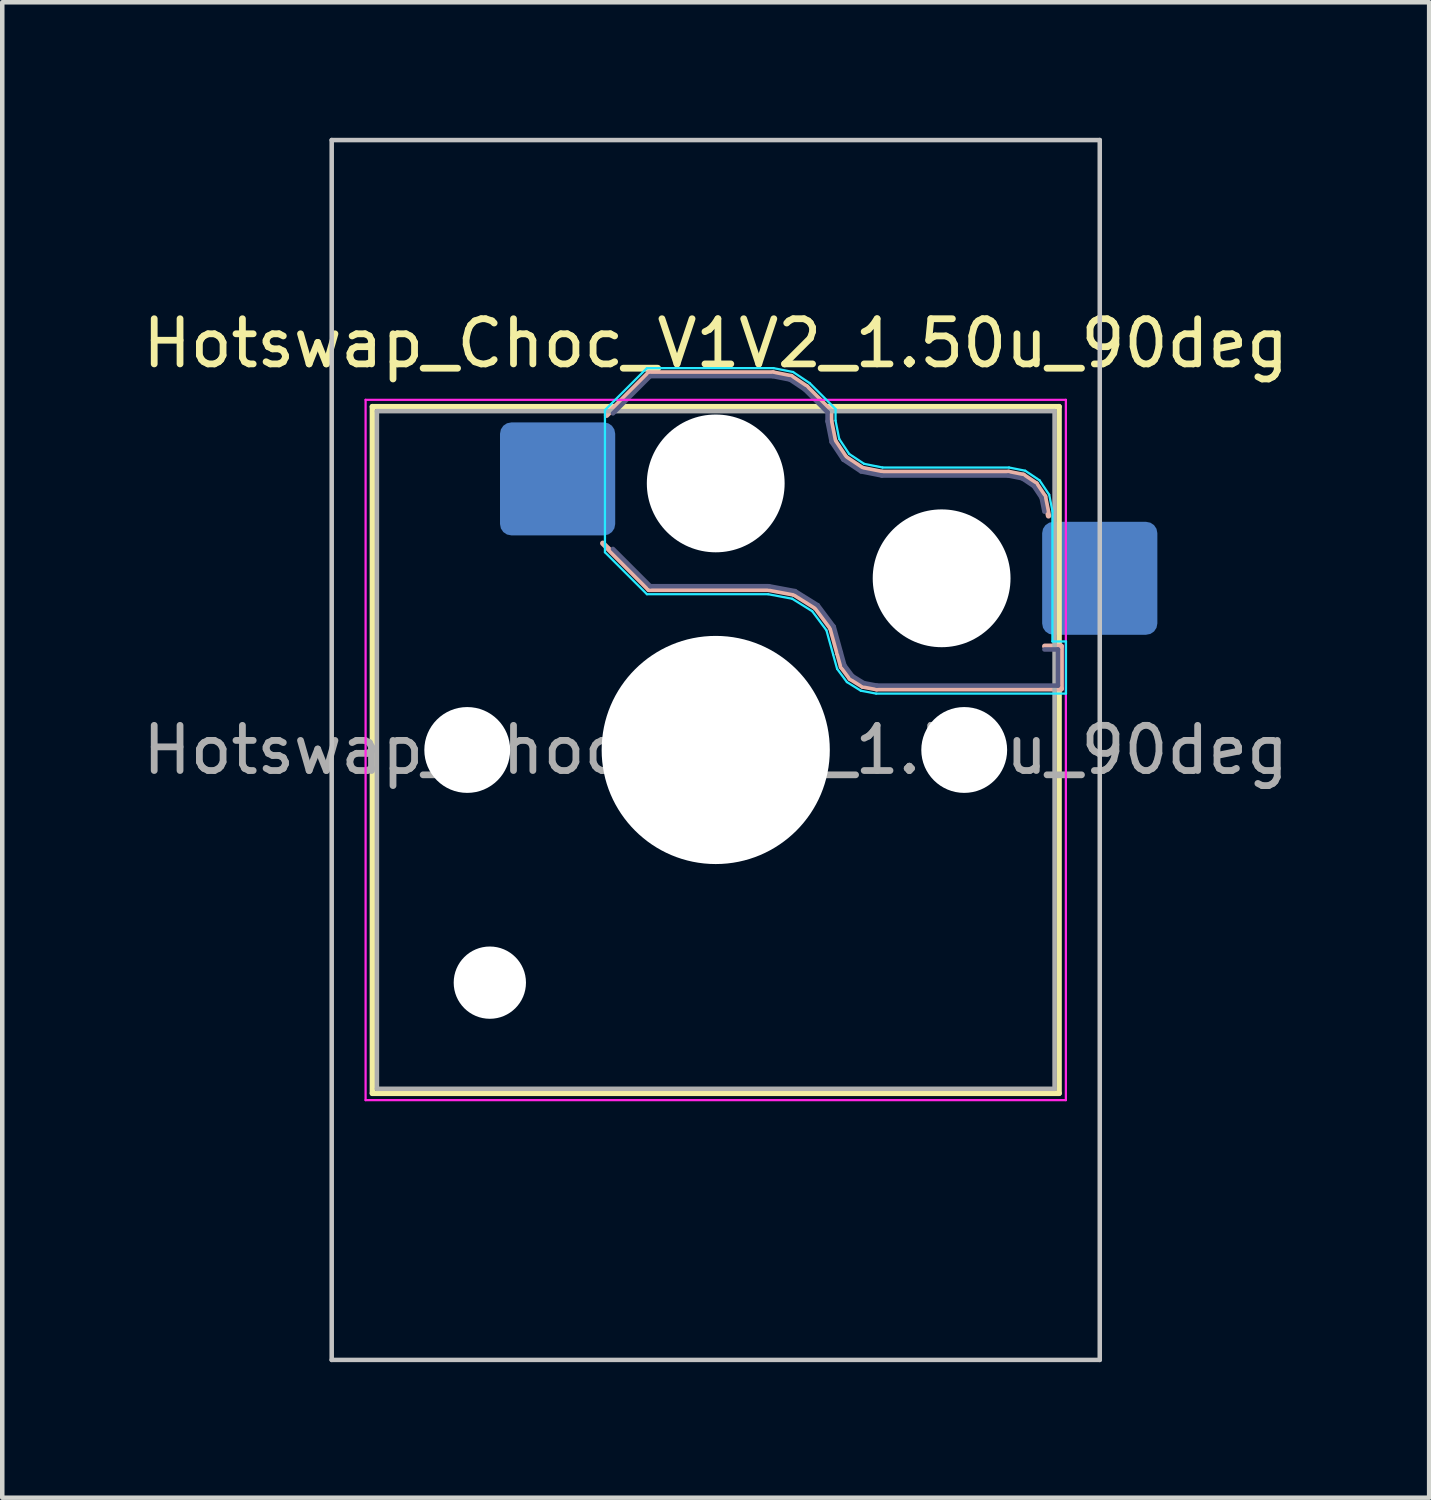
<source format=kicad_pcb>
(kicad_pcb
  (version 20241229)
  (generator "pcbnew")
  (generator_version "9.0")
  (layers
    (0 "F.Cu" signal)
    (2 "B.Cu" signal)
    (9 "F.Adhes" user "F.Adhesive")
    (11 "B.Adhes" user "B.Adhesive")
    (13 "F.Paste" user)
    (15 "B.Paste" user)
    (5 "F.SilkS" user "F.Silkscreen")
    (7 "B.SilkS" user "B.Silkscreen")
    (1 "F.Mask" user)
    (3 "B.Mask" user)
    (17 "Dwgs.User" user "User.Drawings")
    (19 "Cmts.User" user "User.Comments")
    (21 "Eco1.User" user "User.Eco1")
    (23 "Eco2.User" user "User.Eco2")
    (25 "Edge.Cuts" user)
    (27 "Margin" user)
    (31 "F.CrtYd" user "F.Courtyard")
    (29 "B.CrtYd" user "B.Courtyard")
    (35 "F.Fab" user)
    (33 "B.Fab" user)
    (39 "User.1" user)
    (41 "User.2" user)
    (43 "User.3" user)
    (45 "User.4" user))
  (footprint "Hotswap_Choc_V1V2_1.50u_90deg"
    (layer "F.Cu")
    (at 12.792 13.55)
    (property "Reference" "Hotswap_Choc_V1V2_1.50u_90deg" (at 0 -9 0) (layer "F.SilkS") (effects (font (size 1 1) (thickness 0.15))))
    (attr smd)
    (fp_line (start -7.6 -7.6) (end -7.6 7.6) (stroke (width 0.12) (type solid)) (layer "F.SilkS"))
    (fp_line (start -7.6 7.6) (end 7.6 7.6) (stroke (width 0.12) (type solid)) (layer "F.SilkS"))
    (fp_line (start 7.6 -7.6) (end -7.6 -7.6) (stroke (width 0.12) (type solid)) (layer "F.SilkS"))
    (fp_line (start 7.6 7.6) (end 7.6 -7.6) (stroke (width 0.12) (type solid)) (layer "F.SilkS"))
    (fp_line (start -2.416 -7.409) (end -1.479 -8.346) (stroke (width 0.12) (type solid)) (layer "B.SilkS"))
    (fp_line (start -1.479 -8.346) (end 1.268 -8.346) (stroke (width 0.12) (type solid)) (layer "B.SilkS"))
    (fp_line (start -1.479 -3.554) (end -2.5 -4.575) (stroke (width 0.12) (type solid)) (layer "B.SilkS"))
    (fp_line (start 1.168 -3.554) (end -1.479 -3.554) (stroke (width 0.12) (type solid)) (layer "B.SilkS"))
    (fp_line (start 1.268 -8.346) (end 1.671 -8.266) (stroke (width 0.12) (type solid)) (layer "B.SilkS"))
    (fp_line (start 1.671 -8.266) (end 2.013 -8.037) (stroke (width 0.12) (type solid)) (layer "B.SilkS"))
    (fp_line (start 1.73 -3.449) (end 1.168 -3.554) (stroke (width 0.12) (type solid)) (layer "B.SilkS"))
    (fp_line (start 2.013 -8.037) (end 2.546 -7.504) (stroke (width 0.12) (type solid)) (layer "B.SilkS"))
    (fp_line (start 2.209 -3.15) (end 1.73 -3.449) (stroke (width 0.12) (type solid)) (layer "B.SilkS"))
    (fp_line (start 2.546 -7.504) (end 2.546 -7.282) (stroke (width 0.12) (type solid)) (layer "B.SilkS"))
    (fp_line (start 2.546 -7.282) (end 2.633 -6.844) (stroke (width 0.12) (type solid)) (layer "B.SilkS"))
    (fp_line (start 2.547 -2.697) (end 2.209 -3.15) (stroke (width 0.12) (type solid)) (layer "B.SilkS"))
    (fp_line (start 2.633 -6.844) (end 2.877 -6.477) (stroke (width 0.12) (type solid)) (layer "B.SilkS"))
    (fp_line (start 2.701 -2.139) (end 2.547 -2.697) (stroke (width 0.12) (type solid)) (layer "B.SilkS"))
    (fp_line (start 2.783 -1.841) (end 2.701 -2.139) (stroke (width 0.12) (type solid)) (layer "B.SilkS"))
    (fp_line (start 2.877 -6.477) (end 3.244 -6.233) (stroke (width 0.12) (type solid)) (layer "B.SilkS"))
    (fp_line (start 2.976 -1.583) (end 2.783 -1.841) (stroke (width 0.12) (type solid)) (layer "B.SilkS"))
    (fp_line (start 3.244 -6.233) (end 3.682 -6.146) (stroke (width 0.12) (type solid)) (layer "B.SilkS"))
    (fp_line (start 3.25 -1.413) (end 2.976 -1.583) (stroke (width 0.12) (type solid)) (layer "B.SilkS"))
    (fp_line (start 3.56 -1.354) (end 3.25 -1.413) (stroke (width 0.12) (type solid)) (layer "B.SilkS"))
    (fp_line (start 3.682 -6.146) (end 6.482 -6.146) (stroke (width 0.12) (type solid)) (layer "B.SilkS"))
    (fp_line (start 6.482 -6.146) (end 6.809 -6.081) (stroke (width 0.12) (type solid)) (layer "B.SilkS"))
    (fp_line (start 6.809 -6.081) (end 7.092 -5.892) (stroke (width 0.12) (type solid)) (layer "B.SilkS"))
    (fp_line (start 7.092 -5.892) (end 7.281 -5.609) (stroke (width 0.12) (type solid)) (layer "B.SilkS"))
    (fp_line (start 7.281 -5.609) (end 7.366 -5.182) (stroke (width 0.12) (type solid)) (layer "B.SilkS"))
    (fp_line (start 7.283 -2.296) (end 7.646 -2.296) (stroke (width 0.12) (type solid)) (layer "B.SilkS"))
    (fp_line (start 7.646 -2.296) (end 7.646 -1.354) (stroke (width 0.12) (type solid)) (layer "B.SilkS"))
    (fp_line (start 7.646 -1.354) (end 3.56 -1.354) (stroke (width 0.12) (type solid)) (layer "B.SilkS"))
    (fp_line (start -8.5 -13.5) (end 8.5 -13.5) (stroke (width 0.1) (type solid)) (layer "Dwgs.User"))
    (fp_line (start -8.5 13.5) (end -8.5 -13.5) (stroke (width 0.1) (type solid)) (layer "Dwgs.User"))
    (fp_line (start 8.5 -13.5) (end 8.5 13.5) (stroke (width 0.1) (type solid)) (layer "Dwgs.User"))
    (fp_line (start 8.5 13.5) (end -8.5 13.5) (stroke (width 0.1) (type solid)) (layer "Dwgs.User"))
    (fp_line (start -7.25 -7.25) (end -7.25 7.25) (stroke (width 0.1) (type solid)) (layer "Eco1.User"))
    (fp_line (start -7.25 7.25) (end 7.25 7.25) (stroke (width 0.1) (type solid)) (layer "Eco1.User"))
    (fp_line (start 7.25 -7.25) (end -7.25 -7.25) (stroke (width 0.1) (type solid)) (layer "Eco1.User"))
    (fp_line (start 7.25 7.25) (end 7.25 -7.25) (stroke (width 0.1) (type solid)) (layer "Eco1.User"))
    (fp_line (start -2.452 -7.523) (end -1.523 -8.452) (stroke (width 0.05) (type solid)) (layer "B.CrtYd"))
    (fp_line (start -2.452 -4.377) (end -2.452 -7.523) (stroke (width 0.05) (type solid)) (layer "B.CrtYd"))
    (fp_line (start -1.523 -8.452) (end 1.278 -8.452) (stroke (width 0.05) (type solid)) (layer "B.CrtYd"))
    (fp_line (start -1.523 -3.448) (end -2.452 -4.377) (stroke (width 0.05) (type solid)) (layer "B.CrtYd"))
    (fp_line (start 1.159 -3.448) (end -1.523 -3.448) (stroke (width 0.05) (type solid)) (layer "B.CrtYd"))
    (fp_line (start 1.278 -8.452) (end 1.712 -8.366) (stroke (width 0.05) (type solid)) (layer "B.CrtYd"))
    (fp_line (start 1.691 -3.348) (end 1.159 -3.448) (stroke (width 0.05) (type solid)) (layer "B.CrtYd"))
    (fp_line (start 1.712 -8.366) (end 2.081 -8.119) (stroke (width 0.05) (type solid)) (layer "B.CrtYd"))
    (fp_line (start 2.081 -8.119) (end 2.652 -7.548) (stroke (width 0.05) (type solid)) (layer "B.CrtYd"))
    (fp_line (start 2.136 -3.071) (end 1.691 -3.348) (stroke (width 0.05) (type solid)) (layer "B.CrtYd"))
    (fp_line (start 2.45 -2.65) (end 2.136 -3.071) (stroke (width 0.05) (type solid)) (layer "B.CrtYd"))
    (fp_line (start 2.599 -2.111) (end 2.45 -2.65) (stroke (width 0.05) (type solid)) (layer "B.CrtYd"))
    (fp_line (start 2.652 -7.548) (end 2.652 -7.292) (stroke (width 0.05) (type solid)) (layer "B.CrtYd"))
    (fp_line (start 2.652 -7.292) (end 2.733 -6.885) (stroke (width 0.05) (type solid)) (layer "B.CrtYd"))
    (fp_line (start 2.687 -1.794) (end 2.599 -2.111) (stroke (width 0.05) (type solid)) (layer "B.CrtYd"))
    (fp_line (start 2.733 -6.885) (end 2.953 -6.553) (stroke (width 0.05) (type solid)) (layer "B.CrtYd"))
    (fp_line (start 2.903 -1.503) (end 2.687 -1.794) (stroke (width 0.05) (type solid)) (layer "B.CrtYd"))
    (fp_line (start 2.953 -6.553) (end 3.285 -6.333) (stroke (width 0.05) (type solid)) (layer "B.CrtYd"))
    (fp_line (start 3.211 -1.312) (end 2.903 -1.503) (stroke (width 0.05) (type solid)) (layer "B.CrtYd"))
    (fp_line (start 3.285 -6.333) (end 3.692 -6.252) (stroke (width 0.05) (type solid)) (layer "B.CrtYd"))
    (fp_line (start 3.55 -1.248) (end 3.211 -1.312) (stroke (width 0.05) (type solid)) (layer "B.CrtYd"))
    (fp_line (start 3.692 -6.252) (end 6.492 -6.252) (stroke (width 0.05) (type solid)) (layer "B.CrtYd"))
    (fp_line (start 6.492 -6.252) (end 6.85 -6.181) (stroke (width 0.05) (type solid)) (layer "B.CrtYd"))
    (fp_line (start 6.85 -6.181) (end 7.168 -5.968) (stroke (width 0.05) (type solid)) (layer "B.CrtYd"))
    (fp_line (start 7.168 -5.968) (end 7.381 -5.65) (stroke (width 0.05) (type solid)) (layer "B.CrtYd"))
    (fp_line (start 7.381 -5.65) (end 7.452 -5.292) (stroke (width 0.05) (type solid)) (layer "B.CrtYd"))
    (fp_line (start 7.452 -5.292) (end 7.452 -2.402) (stroke (width 0.05) (type solid)) (layer "B.CrtYd"))
    (fp_line (start 7.452 -2.402) (end 7.752 -2.402) (stroke (width 0.05) (type solid)) (layer "B.CrtYd"))
    (fp_line (start 7.752 -2.402) (end 7.752 -1.248) (stroke (width 0.05) (type solid)) (layer "B.CrtYd"))
    (fp_line (start 7.752 -1.248) (end 3.55 -1.248) (stroke (width 0.05) (type solid)) (layer "B.CrtYd"))
    (fp_line (start -7.75 -7.75) (end -7.75 7.75) (stroke (width 0.05) (type solid)) (layer "F.CrtYd"))
    (fp_line (start -7.75 7.75) (end 7.75 7.75) (stroke (width 0.05) (type solid)) (layer "F.CrtYd"))
    (fp_line (start 7.75 -7.75) (end -7.75 -7.75) (stroke (width 0.05) (type solid)) (layer "F.CrtYd"))
    (fp_line (start 7.75 7.75) (end 7.75 -7.75) (stroke (width 0.05) (type solid)) (layer "F.CrtYd"))
    (fp_line (start -2.275 -7.45) (end -1.45 -8.275) (stroke (width 0.1) (type solid)) (layer "B.Fab"))
    (fp_line (start -1.45 -8.275) (end 1.261 -8.275) (stroke (width 0.1) (type solid)) (layer "B.Fab"))
    (fp_line (start -1.45 -3.625) (end -2.275 -4.45) (stroke (width 0.1) (type solid)) (layer "B.Fab"))
    (fp_line (start 1.175 -3.625) (end -1.45 -3.625) (stroke (width 0.1) (type solid)) (layer "B.Fab"))
    (fp_line (start 1.261 -8.275) (end 1.643 -8.199) (stroke (width 0.1) (type solid)) (layer "B.Fab"))
    (fp_line (start 1.643 -8.199) (end 1.968 -7.982) (stroke (width 0.1) (type solid)) (layer "B.Fab"))
    (fp_line (start 1.756 -3.516) (end 1.175 -3.625) (stroke (width 0.1) (type solid)) (layer "B.Fab"))
    (fp_line (start 1.968 -7.982) (end 2.475 -7.475) (stroke (width 0.1) (type solid)) (layer "B.Fab"))
    (fp_line (start 2.258 -3.203) (end 1.756 -3.516) (stroke (width 0.1) (type solid)) (layer "B.Fab"))
    (fp_line (start 2.475 -7.475) (end 2.475 -7.275) (stroke (width 0.1) (type solid)) (layer "B.Fab"))
    (fp_line (start 2.475 -7.275) (end 2.566 -6.816) (stroke (width 0.1) (type solid)) (layer "B.Fab"))
    (fp_line (start 2.566 -6.816) (end 2.826 -6.426) (stroke (width 0.1) (type solid)) (layer "B.Fab"))
    (fp_line (start 2.612 -2.729) (end 2.258 -3.203) (stroke (width 0.1) (type solid)) (layer "B.Fab"))
    (fp_line (start 2.769 -2.158) (end 2.612 -2.729) (stroke (width 0.1) (type solid)) (layer "B.Fab"))
    (fp_line (start 2.826 -6.426) (end 3.216 -6.166) (stroke (width 0.1) (type solid)) (layer "B.Fab"))
    (fp_line (start 2.848 -1.873) (end 2.769 -2.158) (stroke (width 0.1) (type solid)) (layer "B.Fab"))
    (fp_line (start 3.025 -1.636) (end 2.848 -1.873) (stroke (width 0.1) (type solid)) (layer "B.Fab"))
    (fp_line (start 3.216 -6.166) (end 3.675 -6.075) (stroke (width 0.1) (type solid)) (layer "B.Fab"))
    (fp_line (start 3.276 -1.48) (end 3.025 -1.636) (stroke (width 0.1) (type solid)) (layer "B.Fab"))
    (fp_line (start 3.567 -1.425) (end 3.276 -1.48) (stroke (width 0.1) (type solid)) (layer "B.Fab"))
    (fp_line (start 3.675 -6.075) (end 6.475 -6.075) (stroke (width 0.1) (type solid)) (layer "B.Fab"))
    (fp_line (start 6.475 -6.075) (end 6.781 -6.014) (stroke (width 0.1) (type solid)) (layer "B.Fab"))
    (fp_line (start 6.781 -6.014) (end 7.041 -5.841) (stroke (width 0.1) (type solid)) (layer "B.Fab"))
    (fp_line (start 7.041 -5.841) (end 7.214 -5.581) (stroke (width 0.1) (type solid)) (layer "B.Fab"))
    (fp_line (start 7.214 -5.581) (end 7.275 -5.275) (stroke (width 0.1) (type solid)) (layer "B.Fab"))
    (fp_line (start 7.275 -2.225) (end 7.575 -2.225) (stroke (width 0.1) (type solid)) (layer "B.Fab"))
    (fp_line (start 7.575 -2.225) (end 7.575 -1.425) (stroke (width 0.1) (type solid)) (layer "B.Fab"))
    (fp_line (start 7.575 -1.425) (end 3.567 -1.425) (stroke (width 0.1) (type solid)) (layer "B.Fab"))
    (fp_line (start -7.5 -7.5) (end -7.5 7.5) (stroke (width 0.1) (type solid)) (layer "F.Fab"))
    (fp_line (start -7.5 7.5) (end 7.5 7.5) (stroke (width 0.1) (type solid)) (layer "F.Fab"))
    (fp_line (start 7.5 -7.5) (end -7.5 -7.5) (stroke (width 0.1) (type solid)) (layer "F.Fab"))
    (fp_line (start 7.5 7.5) (end 7.5 -7.5) (stroke (width 0.1) (type solid)) (layer "F.Fab"))
    (fp_text user "${REFERENCE}" (at 0 0 0) (layer "F.Fab") (effects (font (size 1 1) (thickness 0.15))))
    (pad "" np_thru_hole circle (at -5.5 0) (size 1.9 1.9) (drill 1.9) (layers "*.Cu" "*.Mask"))
    (pad "" np_thru_hole circle (at -5 5.15) (size 1.6 1.6) (drill 1.6) (layers "*.Cu" "*.Mask"))
    (pad "" np_thru_hole circle (at 0 -5.9) (size 3.05 3.05) (drill 3.05) (layers "*.Cu" "*.Mask"))
    (pad "" np_thru_hole circle (at 0 0) (size 5.05 5.05) (drill 5.05) (layers "*.Cu" "*.Mask"))
    (pad "" np_thru_hole circle (at 5 -3.8) (size 3.05 3.05) (drill 3.05) (layers "*.Cu" "*.Mask"))
    (pad "" np_thru_hole circle (at 5.5 0) (size 1.9 1.9) (drill 1.9) (layers "*.Cu" "*.Mask"))
    (pad "1" smd roundrect (at -3.5 -6) (size 2.55 2.5) (layers "B.Cu" "B.Mask" "B.Paste") (roundrect_rratio 0.1))
    (pad "2" smd roundrect (at 8.5 -3.8) (size 2.55 2.5) (layers "B.Cu" "B.Mask" "B.Paste") (roundrect_rratio 0.1)))
  (gr_rect
    (start -3 -3)
    (end 28.583 30.1)
    (stroke (width 0.1) (type default))
    (fill no)
    (layer "Edge.Cuts")))
</source>
